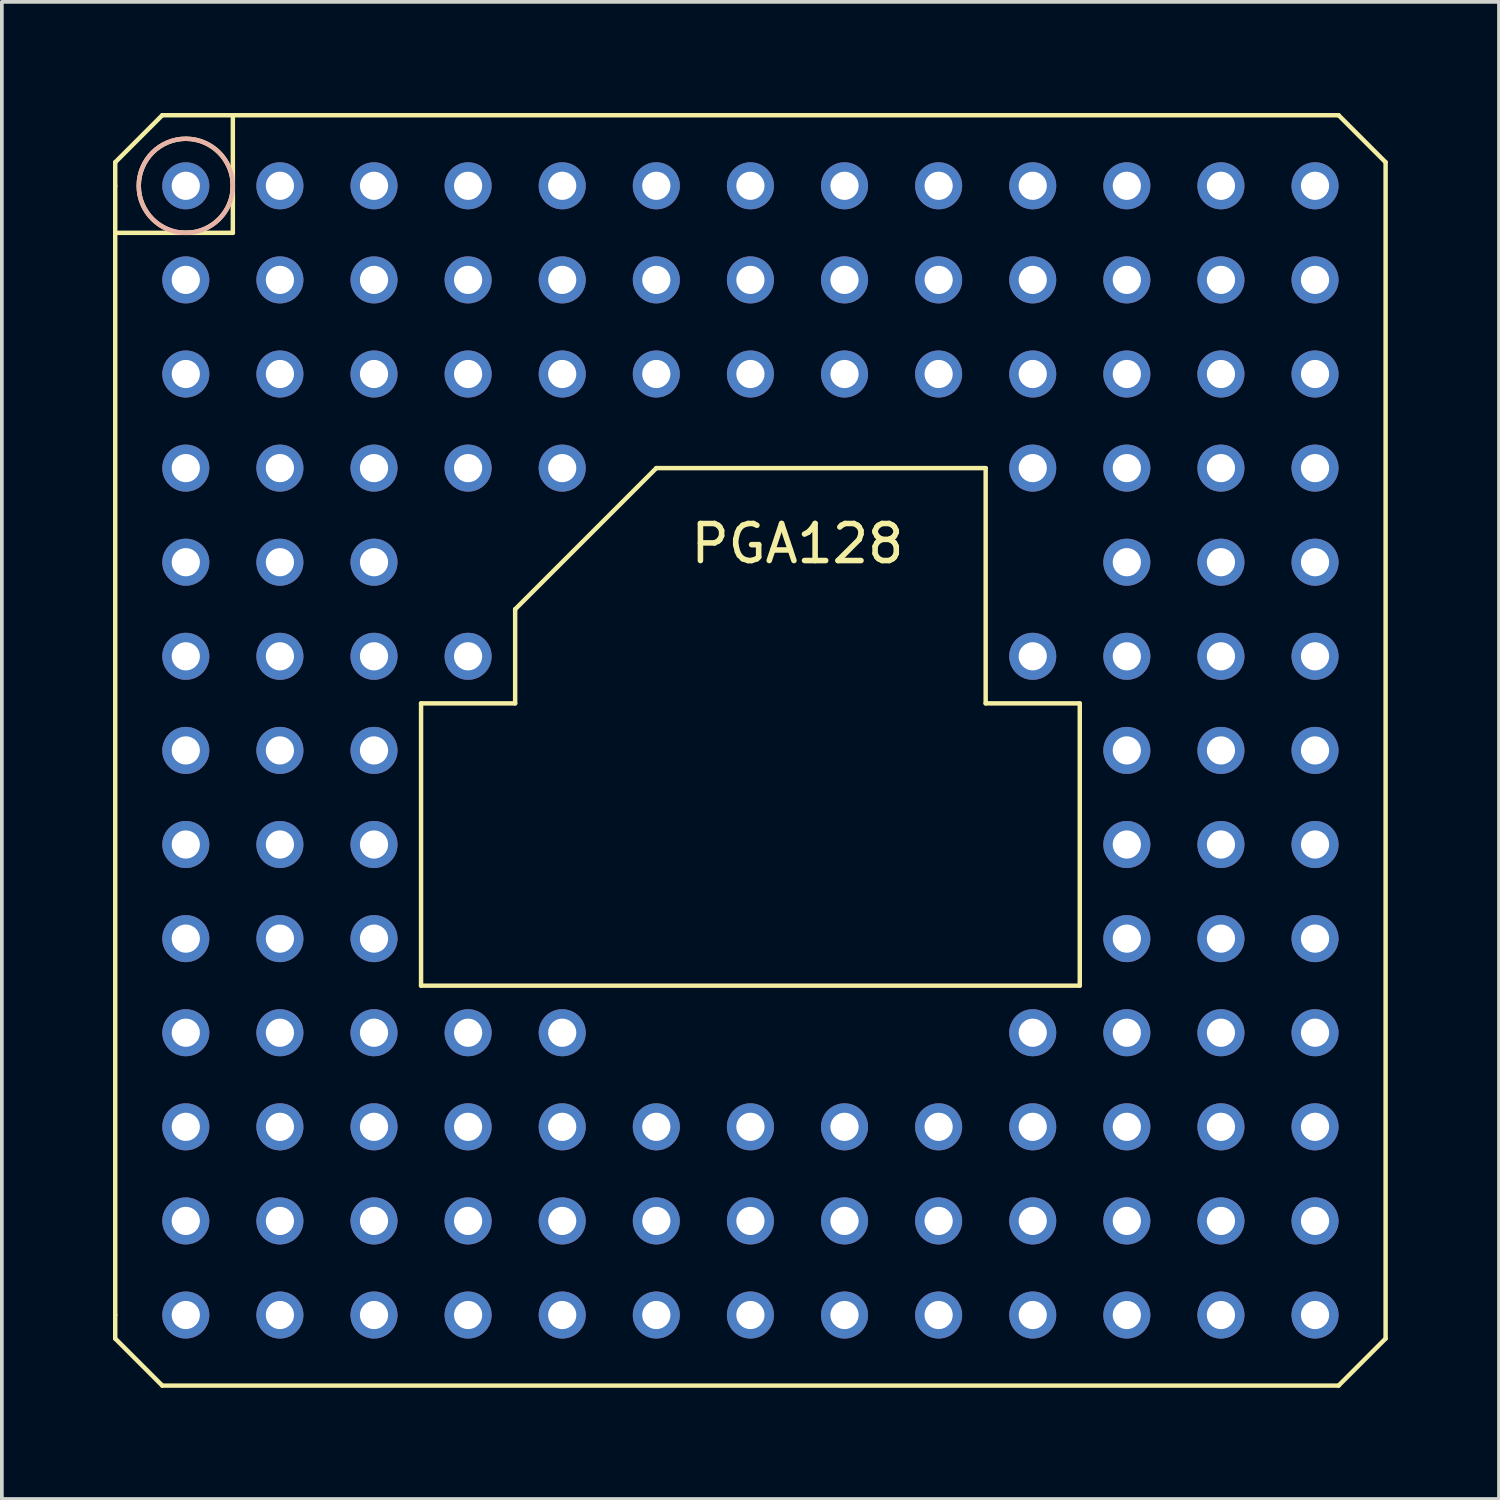
<source format=kicad_pcb>
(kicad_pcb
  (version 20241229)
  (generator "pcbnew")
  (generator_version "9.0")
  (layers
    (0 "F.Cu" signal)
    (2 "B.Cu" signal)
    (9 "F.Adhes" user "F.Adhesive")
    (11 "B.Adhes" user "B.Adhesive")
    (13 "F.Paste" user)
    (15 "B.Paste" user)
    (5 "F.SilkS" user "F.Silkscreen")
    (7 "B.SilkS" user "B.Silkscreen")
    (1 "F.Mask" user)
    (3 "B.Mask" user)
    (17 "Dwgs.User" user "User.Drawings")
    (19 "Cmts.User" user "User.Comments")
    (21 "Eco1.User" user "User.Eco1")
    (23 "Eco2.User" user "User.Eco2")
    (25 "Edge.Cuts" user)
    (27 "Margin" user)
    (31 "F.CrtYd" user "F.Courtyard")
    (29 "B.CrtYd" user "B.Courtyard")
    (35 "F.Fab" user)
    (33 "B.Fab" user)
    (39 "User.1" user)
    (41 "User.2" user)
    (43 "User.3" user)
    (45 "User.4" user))
  (footprint "PGA128"
    (layer "F.Cu")
    (at 17.205 17.205)
    (property "Reference" "PGA128" (at 1.27 -5.58 0) (unlocked yes) (layer "F.SilkS") (effects (font (size 1 1) (thickness 0.15))))
    (attr through_hole)
    (fp_line (start -17.145 -15.875) (end -17.145 -15.24) (stroke (width 0.12) (type default)) (layer "F.SilkS"))
    (fp_line (start -17.145 -15.24) (end -17.145 15.24) (stroke (width 0.12) (type default)) (layer "F.SilkS"))
    (fp_line (start -17.145 15.24) (end -17.145 15.875) (stroke (width 0.12) (type default)) (layer "F.SilkS"))
    (fp_line (start -17.145 15.875) (end -15.875 17.145) (stroke (width 0.12) (type default)) (layer "F.SilkS"))
    (fp_line (start -15.875 -17.145) (end -17.145 -15.875) (stroke (width 0.12) (type default)) (layer "F.SilkS"))
    (fp_line (start -15.875 17.145) (end 15.875 17.145) (stroke (width 0.12) (type default)) (layer "F.SilkS"))
    (fp_line (start -13.97 -17.145) (end -13.97 -13.97) (stroke (width 0.12) (type default)) (layer "F.SilkS"))
    (fp_line (start -13.97 -13.97) (end -17.145 -13.97) (stroke (width 0.12) (type default)) (layer "F.SilkS"))
    (fp_line (start -8.89 -1.27) (end -6.35 -1.27) (stroke (width 0.12) (type default)) (layer "F.SilkS"))
    (fp_line (start -8.89 6.35) (end -8.89 -1.27) (stroke (width 0.12) (type default)) (layer "F.SilkS"))
    (fp_line (start -6.35 -3.81) (end -2.54 -7.62) (stroke (width 0.12) (type default)) (layer "F.SilkS"))
    (fp_line (start -6.35 -1.27) (end -6.35 -3.81) (stroke (width 0.12) (type default)) (layer "F.SilkS"))
    (fp_line (start -2.54 -7.62) (end 6.35 -7.62) (stroke (width 0.12) (type default)) (layer "F.SilkS"))
    (fp_line (start 6.35 -7.62) (end 6.35 -1.27) (stroke (width 0.12) (type default)) (layer "F.SilkS"))
    (fp_line (start 6.35 -1.27) (end 8.89 -1.27) (stroke (width 0.12) (type default)) (layer "F.SilkS"))
    (fp_line (start 8.89 -1.27) (end 8.89 6.35) (stroke (width 0.12) (type default)) (layer "F.SilkS"))
    (fp_line (start 8.89 6.35) (end -8.89 6.35) (stroke (width 0.12) (type default)) (layer "F.SilkS"))
    (fp_line (start 15.875 -17.145) (end -15.875 -17.145) (stroke (width 0.12) (type default)) (layer "F.SilkS"))
    (fp_line (start 15.875 17.145) (end 17.145 15.875) (stroke (width 0.12) (type default)) (layer "F.SilkS"))
    (fp_line (start 17.145 -15.875) (end 15.875 -17.145) (stroke (width 0.12) (type default)) (layer "F.SilkS"))
    (fp_line (start 17.145 15.875) (end 17.145 -15.875) (stroke (width 0.12) (type default)) (layer "F.SilkS"))
    (fp_circle (center -15.24 -15.24) (end -13.97 -15.24) (stroke (width 0.12) (type default)) (fill no) (layer "F.SilkS"))
    (fp_circle (center -15.24 -15.24) (end -13.97 -15.24) (stroke (width 0.12) (type default)) (fill no) (layer "B.SilkS"))
    (pad "A1" thru_hole circle (at -15.24 -15.24) (size 1.27 1.27) (drill 0.762) (layers "*.Cu" "*.Mask"))
    (pad "A2" thru_hole circle (at -12.7 -15.24) (size 1.27 1.27) (drill 0.762) (layers "*.Cu" "*.Mask"))
    (pad "A3" thru_hole circle (at -10.16 -15.24) (size 1.27 1.27) (drill 0.762) (layers "*.Cu" "*.Mask"))
    (pad "A4" thru_hole circle (at -7.62 -15.24) (size 1.27 1.27) (drill 0.762) (layers "*.Cu" "*.Mask"))
    (pad "A5" thru_hole circle (at -5.08 -15.24) (size 1.27 1.27) (drill 0.762) (layers "*.Cu" "*.Mask"))
    (pad "A6" thru_hole circle (at -2.54 -15.24) (size 1.27 1.27) (drill 0.762) (layers "*.Cu" "*.Mask"))
    (pad "A7" thru_hole circle (at 0 -15.24) (size 1.27 1.27) (drill 0.762) (layers "*.Cu" "*.Mask"))
    (pad "A8" thru_hole circle (at 2.54 -15.24) (size 1.27 1.27) (drill 0.762) (layers "*.Cu" "*.Mask"))
    (pad "A9" thru_hole circle (at 5.08 -15.24) (size 1.27 1.27) (drill 0.762) (layers "*.Cu" "*.Mask"))
    (pad "A10" thru_hole circle (at 7.62 -15.24) (size 1.27 1.27) (drill 0.762) (layers "*.Cu" "*.Mask"))
    (pad "A11" thru_hole circle (at 10.16 -15.24) (size 1.27 1.27) (drill 0.762) (layers "*.Cu" "*.Mask"))
    (pad "A12" thru_hole circle (at 12.7 -15.24) (size 1.27 1.27) (drill 0.762) (layers "*.Cu" "*.Mask"))
    (pad "A13" thru_hole circle (at 15.24 -15.24) (size 1.27 1.27) (drill 0.762) (layers "*.Cu" "*.Mask"))
    (pad "B1" thru_hole circle (at -15.24 -12.7) (size 1.27 1.27) (drill 0.762) (layers "*.Cu" "*.Mask"))
    (pad "B2" thru_hole circle (at -12.7 -12.7) (size 1.27 1.27) (drill 0.762) (layers "*.Cu" "*.Mask"))
    (pad "B3" thru_hole circle (at -10.16 -12.7) (size 1.27 1.27) (drill 0.762) (layers "*.Cu" "*.Mask"))
    (pad "B4" thru_hole circle (at -7.62 -12.7) (size 1.27 1.27) (drill 0.762) (layers "*.Cu" "*.Mask"))
    (pad "B5" thru_hole circle (at -5.08 -12.7) (size 1.27 1.27) (drill 0.762) (layers "*.Cu" "*.Mask"))
    (pad "B6" thru_hole circle (at -2.54 -12.7) (size 1.27 1.27) (drill 0.762) (layers "*.Cu" "*.Mask"))
    (pad "B7" thru_hole circle (at 0 -12.7) (size 1.27 1.27) (drill 0.762) (layers "*.Cu" "*.Mask"))
    (pad "B8" thru_hole circle (at 2.54 -12.7) (size 1.27 1.27) (drill 0.762) (layers "*.Cu" "*.Mask"))
    (pad "B9" thru_hole circle (at 5.08 -12.7) (size 1.27 1.27) (drill 0.762) (layers "*.Cu" "*.Mask"))
    (pad "B10" thru_hole circle (at 7.62 -12.7) (size 1.27 1.27) (drill 0.762) (layers "*.Cu" "*.Mask"))
    (pad "B11" thru_hole circle (at 10.16 -12.7) (size 1.27 1.27) (drill 0.762) (layers "*.Cu" "*.Mask"))
    (pad "B12" thru_hole circle (at 12.7 -12.7) (size 1.27 1.27) (drill 0.762) (layers "*.Cu" "*.Mask"))
    (pad "B13" thru_hole circle (at 15.24 -12.7) (size 1.27 1.27) (drill 0.762) (layers "*.Cu" "*.Mask"))
    (pad "C1" thru_hole circle (at -15.24 -10.16) (size 1.27 1.27) (drill 0.762) (layers "*.Cu" "*.Mask"))
    (pad "C2" thru_hole circle (at -12.7 -10.16) (size 1.27 1.27) (drill 0.762) (layers "*.Cu" "*.Mask"))
    (pad "C3" thru_hole circle (at -10.16 -10.16) (size 1.27 1.27) (drill 0.762) (layers "*.Cu" "*.Mask"))
    (pad "C4" thru_hole circle (at -7.62 -10.16) (size 1.27 1.27) (drill 0.762) (layers "*.Cu" "*.Mask"))
    (pad "C5" thru_hole circle (at -5.08 -10.16) (size 1.27 1.27) (drill 0.762) (layers "*.Cu" "*.Mask"))
    (pad "C6" thru_hole circle (at -2.54 -10.16) (size 1.27 1.27) (drill 0.762) (layers "*.Cu" "*.Mask"))
    (pad "C7" thru_hole circle (at 0 -10.16) (size 1.27 1.27) (drill 0.762) (layers "*.Cu" "*.Mask"))
    (pad "C8" thru_hole circle (at 2.54 -10.16) (size 1.27 1.27) (drill 0.762) (layers "*.Cu" "*.Mask"))
    (pad "C9" thru_hole circle (at 5.08 -10.16) (size 1.27 1.27) (drill 0.762) (layers "*.Cu" "*.Mask"))
    (pad "C10" thru_hole circle (at 7.62 -10.16) (size 1.27 1.27) (drill 0.762) (layers "*.Cu" "*.Mask"))
    (pad "C11" thru_hole circle (at 10.16 -10.16) (size 1.27 1.27) (drill 0.762) (layers "*.Cu" "*.Mask"))
    (pad "C12" thru_hole circle (at 12.7 -10.16) (size 1.27 1.27) (drill 0.762) (layers "*.Cu" "*.Mask"))
    (pad "C13" thru_hole circle (at 15.24 -10.16) (size 1.27 1.27) (drill 0.762) (layers "*.Cu" "*.Mask"))
    (pad "D1" thru_hole circle (at -15.24 -7.62) (size 1.27 1.27) (drill 0.762) (layers "*.Cu" "*.Mask"))
    (pad "D2" thru_hole circle (at -12.7 -7.62) (size 1.27 1.27) (drill 0.762) (layers "*.Cu" "*.Mask"))
    (pad "D3" thru_hole circle (at -10.16 -7.62) (size 1.27 1.27) (drill 0.762) (layers "*.Cu" "*.Mask"))
    (pad "D4" thru_hole circle (at -7.62 -7.62) (size 1.27 1.27) (drill 0.762) (layers "*.Cu" "*.Mask"))
    (pad "D5" thru_hole circle (at -5.08 -7.62) (size 1.27 1.27) (drill 0.762) (layers "*.Cu" "*.Mask"))
    (pad "D10" thru_hole circle (at 7.62 -7.62) (size 1.27 1.27) (drill 0.762) (layers "*.Cu" "*.Mask"))
    (pad "D11" thru_hole circle (at 10.16 -7.62) (size 1.27 1.27) (drill 0.762) (layers "*.Cu" "*.Mask"))
    (pad "D12" thru_hole circle (at 12.7 -7.62) (size 1.27 1.27) (drill 0.762) (layers "*.Cu" "*.Mask"))
    (pad "D13" thru_hole circle (at 15.24 -7.62) (size 1.27 1.27) (drill 0.762) (layers "*.Cu" "*.Mask"))
    (pad "E1" thru_hole circle (at -15.24 -5.08) (size 1.27 1.27) (drill 0.762) (layers "*.Cu" "*.Mask"))
    (pad "E2" thru_hole circle (at -12.7 -5.08) (size 1.27 1.27) (drill 0.762) (layers "*.Cu" "*.Mask"))
    (pad "E3" thru_hole circle (at -10.16 -5.08) (size 1.27 1.27) (drill 0.762) (layers "*.Cu" "*.Mask"))
    (pad "E11" thru_hole circle (at 10.16 -5.08) (size 1.27 1.27) (drill 0.762) (layers "*.Cu" "*.Mask"))
    (pad "E12" thru_hole circle (at 12.7 -5.08) (size 1.27 1.27) (drill 0.762) (layers "*.Cu" "*.Mask"))
    (pad "E13" thru_hole circle (at 15.24 -5.08) (size 1.27 1.27) (drill 0.762) (layers "*.Cu" "*.Mask"))
    (pad "F1" thru_hole circle (at -15.24 -2.54) (size 1.27 1.27) (drill 0.762) (layers "*.Cu" "*.Mask"))
    (pad "F2" thru_hole circle (at -12.7 -2.54) (size 1.27 1.27) (drill 0.762) (layers "*.Cu" "*.Mask"))
    (pad "F3" thru_hole circle (at -10.16 -2.54) (size 1.27 1.27) (drill 0.762) (layers "*.Cu" "*.Mask"))
    (pad "F4" thru_hole circle (at -7.62 -2.54) (size 1.27 1.27) (drill 0.762) (layers "*.Cu" "*.Mask"))
    (pad "F10" thru_hole circle (at 7.62 -2.54) (size 1.27 1.27) (drill 0.762) (layers "*.Cu" "*.Mask"))
    (pad "F11" thru_hole circle (at 10.16 -2.54) (size 1.27 1.27) (drill 0.762) (layers "*.Cu" "*.Mask"))
    (pad "F12" thru_hole circle (at 12.7 -2.54) (size 1.27 1.27) (drill 0.762) (layers "*.Cu" "*.Mask"))
    (pad "F13" thru_hole circle (at 15.24 -2.54) (size 1.27 1.27) (drill 0.762) (layers "*.Cu" "*.Mask"))
    (pad "G1" thru_hole circle (at -15.24 0) (size 1.27 1.27) (drill 0.762) (layers "*.Cu" "*.Mask"))
    (pad "G2" thru_hole circle (at -12.7 0) (size 1.27 1.27) (drill 0.762) (layers "*.Cu" "*.Mask"))
    (pad "G3" thru_hole circle (at -10.16 0) (size 1.27 1.27) (drill 0.762) (layers "*.Cu" "*.Mask"))
    (pad "G11" thru_hole circle (at 10.16 0) (size 1.27 1.27) (drill 0.762) (layers "*.Cu" "*.Mask"))
    (pad "G12" thru_hole circle (at 12.7 0) (size 1.27 1.27) (drill 0.762) (layers "*.Cu" "*.Mask"))
    (pad "G13" thru_hole circle (at 15.24 0) (size 1.27 1.27) (drill 0.762) (layers "*.Cu" "*.Mask"))
    (pad "H1" thru_hole circle (at -15.24 2.54) (size 1.27 1.27) (drill 0.762) (layers "*.Cu" "*.Mask"))
    (pad "H2" thru_hole circle (at -12.7 2.54) (size 1.27 1.27) (drill 0.762) (layers "*.Cu" "*.Mask"))
    (pad "H3" thru_hole circle (at -10.16 2.54) (size 1.27 1.27) (drill 0.762) (layers "*.Cu" "*.Mask"))
    (pad "H11" thru_hole circle (at 10.16 2.54) (size 1.27 1.27) (drill 0.762) (layers "*.Cu" "*.Mask"))
    (pad "H12" thru_hole circle (at 12.7 2.54) (size 1.27 1.27) (drill 0.762) (layers "*.Cu" "*.Mask"))
    (pad "H13" thru_hole circle (at 15.24 2.54) (size 1.27 1.27) (drill 0.762) (layers "*.Cu" "*.Mask"))
    (pad "J1" thru_hole circle (at -15.24 5.08) (size 1.27 1.27) (drill 0.762) (layers "*.Cu" "*.Mask"))
    (pad "J2" thru_hole circle (at -12.7 5.08) (size 1.27 1.27) (drill 0.762) (layers "*.Cu" "*.Mask"))
    (pad "J3" thru_hole circle (at -10.16 5.08) (size 1.27 1.27) (drill 0.762) (layers "*.Cu" "*.Mask"))
    (pad "J11" thru_hole circle (at 10.16 5.08) (size 1.27 1.27) (drill 0.762) (layers "*.Cu" "*.Mask"))
    (pad "J12" thru_hole circle (at 12.7 5.08) (size 1.27 1.27) (drill 0.762) (layers "*.Cu" "*.Mask"))
    (pad "J13" thru_hole circle (at 15.24 5.08) (size 1.27 1.27) (drill 0.762) (layers "*.Cu" "*.Mask"))
    (pad "K1" thru_hole circle (at -15.24 7.62) (size 1.27 1.27) (drill 0.762) (layers "*.Cu" "*.Mask"))
    (pad "K2" thru_hole circle (at -12.7 7.62) (size 1.27 1.27) (drill 0.762) (layers "*.Cu" "*.Mask"))
    (pad "K3" thru_hole circle (at -10.16 7.62) (size 1.27 1.27) (drill 0.762) (layers "*.Cu" "*.Mask"))
    (pad "K4" thru_hole circle (at -7.62 7.62) (size 1.27 1.27) (drill 0.762) (layers "*.Cu" "*.Mask"))
    (pad "K5" thru_hole circle (at -5.08 7.62) (size 1.27 1.27) (drill 0.762) (layers "*.Cu" "*.Mask"))
    (pad "K10" thru_hole circle (at 7.62 7.62) (size 1.27 1.27) (drill 0.762) (layers "*.Cu" "*.Mask"))
    (pad "K11" thru_hole circle (at 10.16 7.62) (size 1.27 1.27) (drill 0.762) (layers "*.Cu" "*.Mask"))
    (pad "K12" thru_hole circle (at 12.7 7.62) (size 1.27 1.27) (drill 0.762) (layers "*.Cu" "*.Mask"))
    (pad "K13" thru_hole circle (at 15.24 7.62) (size 1.27 1.27) (drill 0.762) (layers "*.Cu" "*.Mask"))
    (pad "L1" thru_hole circle (at -15.24 10.16) (size 1.27 1.27) (drill 0.762) (layers "*.Cu" "*.Mask"))
    (pad "L2" thru_hole circle (at -12.7 10.16) (size 1.27 1.27) (drill 0.762) (layers "*.Cu" "*.Mask"))
    (pad "L3" thru_hole circle (at -10.16 10.16) (size 1.27 1.27) (drill 0.762) (layers "*.Cu" "*.Mask"))
    (pad "L4" thru_hole circle (at -7.62 10.16) (size 1.27 1.27) (drill 0.762) (layers "*.Cu" "*.Mask"))
    (pad "L5" thru_hole circle (at -5.08 10.16) (size 1.27 1.27) (drill 0.762) (layers "*.Cu" "*.Mask"))
    (pad "L6" thru_hole circle (at -2.54 10.16) (size 1.27 1.27) (drill 0.762) (layers "*.Cu" "*.Mask"))
    (pad "L7" thru_hole circle (at 0 10.16) (size 1.27 1.27) (drill 0.762) (layers "*.Cu" "*.Mask"))
    (pad "L8" thru_hole circle (at 2.54 10.16) (size 1.27 1.27) (drill 0.762) (layers "*.Cu" "*.Mask"))
    (pad "L9" thru_hole circle (at 5.08 10.16) (size 1.27 1.27) (drill 0.762) (layers "*.Cu" "*.Mask"))
    (pad "L10" thru_hole circle (at 7.62 10.16) (size 1.27 1.27) (drill 0.762) (layers "*.Cu" "*.Mask"))
    (pad "L11" thru_hole circle (at 10.16 10.16) (size 1.27 1.27) (drill 0.762) (layers "*.Cu" "*.Mask"))
    (pad "L12" thru_hole circle (at 12.7 10.16) (size 1.27 1.27) (drill 0.762) (layers "*.Cu" "*.Mask"))
    (pad "L13" thru_hole circle (at 15.24 10.16) (size 1.27 1.27) (drill 0.762) (layers "*.Cu" "*.Mask"))
    (pad "M1" thru_hole circle (at -15.24 12.7) (size 1.27 1.27) (drill 0.762) (layers "*.Cu" "*.Mask"))
    (pad "M2" thru_hole circle (at -12.7 12.7) (size 1.27 1.27) (drill 0.762) (layers "*.Cu" "*.Mask"))
    (pad "M3" thru_hole circle (at -10.16 12.7) (size 1.27 1.27) (drill 0.762) (layers "*.Cu" "*.Mask"))
    (pad "M4" thru_hole circle (at -7.62 12.7) (size 1.27 1.27) (drill 0.762) (layers "*.Cu" "*.Mask"))
    (pad "M5" thru_hole circle (at -5.08 12.7) (size 1.27 1.27) (drill 0.762) (layers "*.Cu" "*.Mask"))
    (pad "M6" thru_hole circle (at -2.54 12.7) (size 1.27 1.27) (drill 0.762) (layers "*.Cu" "*.Mask"))
    (pad "M7" thru_hole circle (at 0 12.7) (size 1.27 1.27) (drill 0.762) (layers "*.Cu" "*.Mask"))
    (pad "M8" thru_hole circle (at 2.54 12.7) (size 1.27 1.27) (drill 0.762) (layers "*.Cu" "*.Mask"))
    (pad "M9" thru_hole circle (at 5.08 12.7) (size 1.27 1.27) (drill 0.762) (layers "*.Cu" "*.Mask"))
    (pad "M10" thru_hole circle (at 7.62 12.7) (size 1.27 1.27) (drill 0.762) (layers "*.Cu" "*.Mask"))
    (pad "M11" thru_hole circle (at 10.16 12.7) (size 1.27 1.27) (drill 0.762) (layers "*.Cu" "*.Mask"))
    (pad "M12" thru_hole circle (at 12.7 12.7) (size 1.27 1.27) (drill 0.762) (layers "*.Cu" "*.Mask"))
    (pad "M13" thru_hole circle (at 15.24 12.7) (size 1.27 1.27) (drill 0.762) (layers "*.Cu" "*.Mask"))
    (pad "N1" thru_hole circle (at -15.24 15.24) (size 1.27 1.27) (drill 0.762) (layers "*.Cu" "*.Mask"))
    (pad "N2" thru_hole circle (at -12.7 15.24) (size 1.27 1.27) (drill 0.762) (layers "*.Cu" "*.Mask"))
    (pad "N3" thru_hole circle (at -10.16 15.24) (size 1.27 1.27) (drill 0.762) (layers "*.Cu" "*.Mask"))
    (pad "N4" thru_hole circle (at -7.62 15.24) (size 1.27 1.27) (drill 0.762) (layers "*.Cu" "*.Mask"))
    (pad "N5" thru_hole circle (at -5.08 15.24) (size 1.27 1.27) (drill 0.762) (layers "*.Cu" "*.Mask"))
    (pad "N6" thru_hole circle (at -2.54 15.24) (size 1.27 1.27) (drill 0.762) (layers "*.Cu" "*.Mask"))
    (pad "N7" thru_hole circle (at 0 15.24) (size 1.27 1.27) (drill 0.762) (layers "*.Cu" "*.Mask"))
    (pad "N8" thru_hole circle (at 2.54 15.24) (size 1.27 1.27) (drill 0.762) (layers "*.Cu" "*.Mask"))
    (pad "N9" thru_hole circle (at 5.08 15.24) (size 1.27 1.27) (drill 0.762) (layers "*.Cu" "*.Mask"))
    (pad "N10" thru_hole circle (at 7.62 15.24) (size 1.27 1.27) (drill 0.762) (layers "*.Cu" "*.Mask"))
    (pad "N11" thru_hole circle (at 10.16 15.24) (size 1.27 1.27) (drill 0.762) (layers "*.Cu" "*.Mask"))
    (pad "N12" thru_hole circle (at 12.7 15.24) (size 1.27 1.27) (drill 0.762) (layers "*.Cu" "*.Mask"))
    (pad "N13" thru_hole circle (at 15.24 15.24) (size 1.27 1.27) (drill 0.762) (layers "*.Cu" "*.Mask")))
  (gr_rect
    (start -3 -3)
    (end 37.41 37.41)
    (stroke (width 0.1) (type default))
    (fill no)
    (layer "Edge.Cuts")))
</source>
